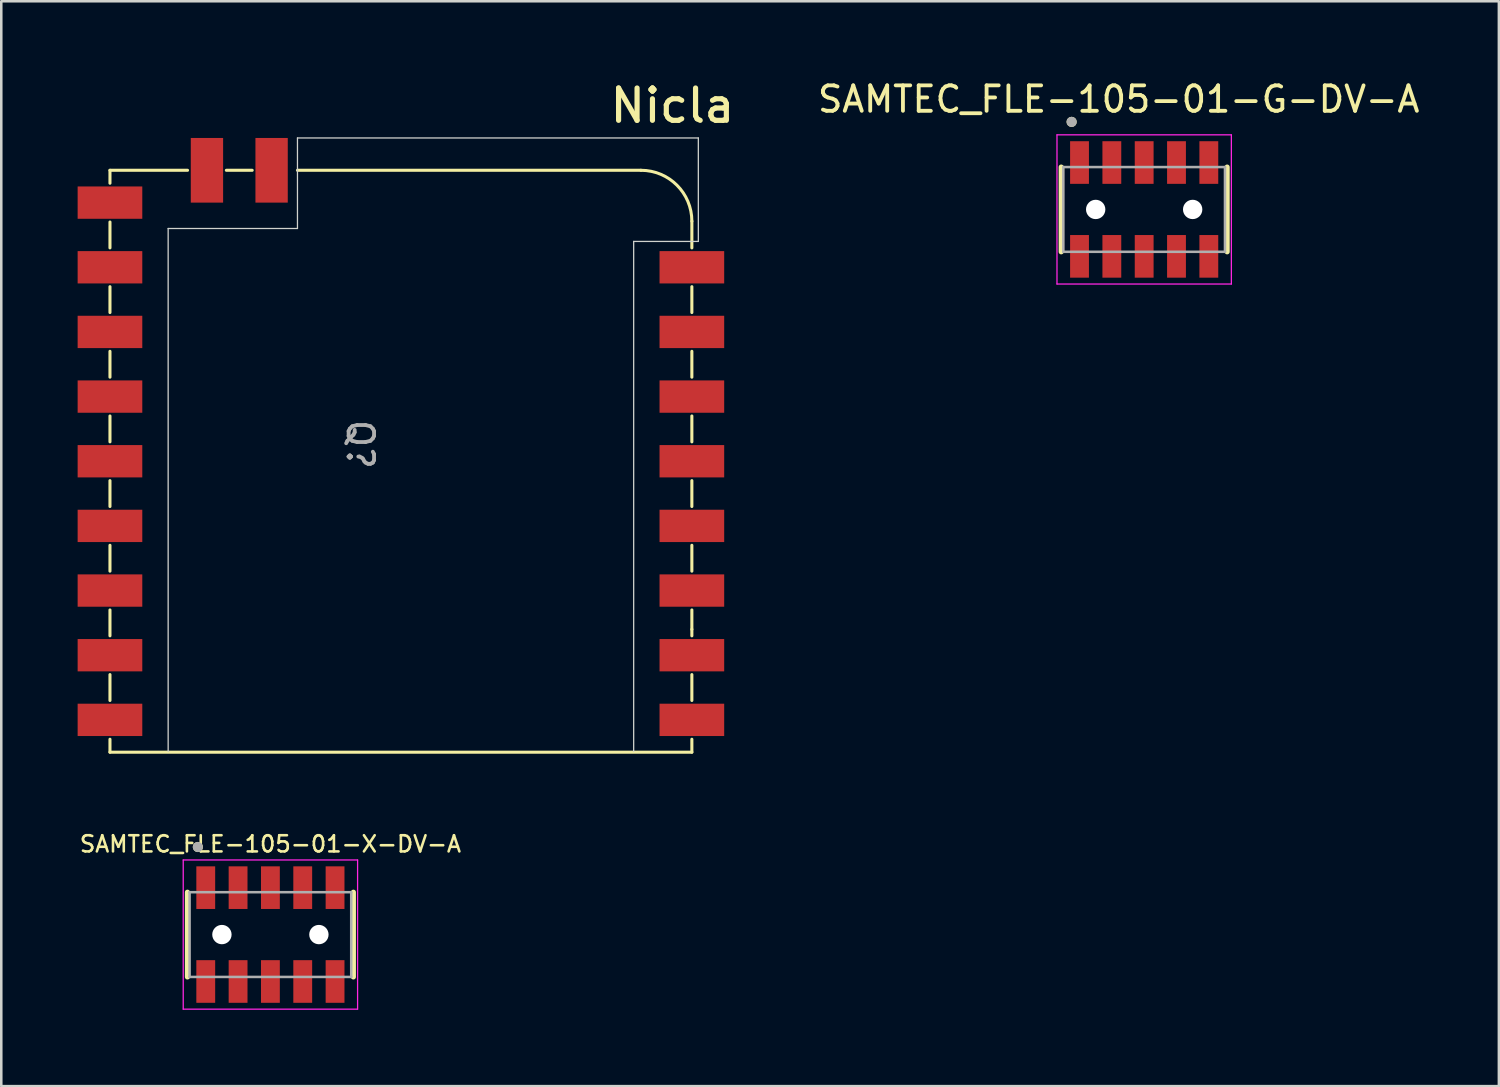
<source format=kicad_pcb>
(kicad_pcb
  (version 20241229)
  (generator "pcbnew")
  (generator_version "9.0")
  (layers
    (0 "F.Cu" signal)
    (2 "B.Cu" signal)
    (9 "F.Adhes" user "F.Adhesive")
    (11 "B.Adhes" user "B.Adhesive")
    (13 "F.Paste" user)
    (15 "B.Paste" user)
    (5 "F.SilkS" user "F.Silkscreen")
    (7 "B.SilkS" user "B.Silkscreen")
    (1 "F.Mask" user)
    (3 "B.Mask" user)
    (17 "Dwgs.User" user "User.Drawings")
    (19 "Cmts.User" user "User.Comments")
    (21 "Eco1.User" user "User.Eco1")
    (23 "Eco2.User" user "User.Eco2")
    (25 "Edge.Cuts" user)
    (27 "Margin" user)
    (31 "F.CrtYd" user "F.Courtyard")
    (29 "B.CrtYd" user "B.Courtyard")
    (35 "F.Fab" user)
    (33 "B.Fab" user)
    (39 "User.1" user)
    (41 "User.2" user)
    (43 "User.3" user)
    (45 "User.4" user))
  (footprint "Nicla"
    (layer "F.Cu")
    (at 12.7 15.07)
    (property "Reference" "Nicla" (at 10.668 -13.97 0) (unlocked yes) (layer "F.SilkS") (effects (font (size 1.27 1.27) (thickness 0.203))))
    (attr smd)
    (fp_line (start -11.43 -11.43) (end -11.43 -10.922) (stroke (width 0.12) (type solid)) (layer "F.SilkS"))
    (fp_line (start -11.43 -11.43) (end -8.382 -11.43) (stroke (width 0.12) (type solid)) (layer "F.SilkS"))
    (fp_line (start -11.43 -9.398) (end -11.43 -8.382) (stroke (width 0.12) (type solid)) (layer "F.SilkS"))
    (fp_line (start -11.43 -6.858) (end -11.43 -5.842) (stroke (width 0.12) (type solid)) (layer "F.SilkS"))
    (fp_line (start -11.43 -4.318) (end -11.43 -3.302) (stroke (width 0.12) (type solid)) (layer "F.SilkS"))
    (fp_line (start -11.43 -1.778) (end -11.43 -0.762) (stroke (width 0.12) (type solid)) (layer "F.SilkS"))
    (fp_line (start -11.43 0.762) (end -11.43 1.778) (stroke (width 0.12) (type solid)) (layer "F.SilkS"))
    (fp_line (start -11.43 3.302) (end -11.43 4.318) (stroke (width 0.12) (type solid)) (layer "F.SilkS"))
    (fp_line (start -11.43 5.842) (end -11.43 6.858) (stroke (width 0.12) (type solid)) (layer "F.SilkS"))
    (fp_line (start -11.43 8.382) (end -11.43 9.398) (stroke (width 0.12) (type solid)) (layer "F.SilkS"))
    (fp_line (start -11.43 11.43) (end -11.43 10.922) (stroke (width 0.12) (type solid)) (layer "F.SilkS"))
    (fp_line (start -6.858 -11.43) (end -5.842 -11.43) (stroke (width 0.12) (type solid)) (layer "F.SilkS"))
    (fp_line (start -4.064 -11.43) (end 9.43 -11.43) (stroke (width 0.12) (type solid)) (layer "F.SilkS"))
    (fp_line (start 11.43 -9.43) (end 11.43 -8.382) (stroke (width 0.12) (type solid)) (layer "F.SilkS"))
    (fp_line (start 11.43 -6.858) (end 11.43 -5.842) (stroke (width 0.12) (type solid)) (layer "F.SilkS"))
    (fp_line (start 11.43 -4.318) (end 11.43 -3.302) (stroke (width 0.12) (type solid)) (layer "F.SilkS"))
    (fp_line (start 11.43 -1.778) (end 11.43 -0.762) (stroke (width 0.12) (type solid)) (layer "F.SilkS"))
    (fp_line (start 11.43 0.762) (end 11.43 1.778) (stroke (width 0.12) (type solid)) (layer "F.SilkS"))
    (fp_line (start 11.43 3.302) (end 11.43 4.318) (stroke (width 0.12) (type solid)) (layer "F.SilkS"))
    (fp_line (start 11.43 5.842) (end 11.43 6.604) (stroke (width 0.12) (type solid)) (layer "F.SilkS"))
    (fp_line (start 11.43 6.604) (end 11.43 6.858) (stroke (width 0.12) (type solid)) (layer "F.SilkS"))
    (fp_line (start 11.43 8.382) (end 11.43 9.398) (stroke (width 0.12) (type solid)) (layer "F.SilkS"))
    (fp_line (start 11.43 11.43) (end -11.43 11.43) (stroke (width 0.12) (type solid)) (layer "F.SilkS"))
    (fp_line (start 11.43 11.43) (end 11.43 10.922) (stroke (width 0.12) (type solid)) (layer "F.SilkS"))
    (fp_arc (start 9.43 -11.43) (mid 10.844214 -10.844214) (end 11.43 -9.43) (stroke (width 0.12) (type solid)) (layer "F.SilkS"))
    (fp_line (start -9.144 -9.144) (end -4.064 -9.144) (stroke (width 0.05) (type solid)) (layer "Edge.Cuts"))
    (fp_line (start -9.144 11.4) (end -9.144 -9.144) (stroke (width 0.05) (type solid)) (layer "Edge.Cuts"))
    (fp_line (start -4.064 -12.7) (end 11.684 -12.7) (stroke (width 0.05) (type solid)) (layer "Edge.Cuts"))
    (fp_line (start -4.064 -9.144) (end -4.064 -12.7) (stroke (width 0.05) (type solid)) (layer "Edge.Cuts"))
    (fp_line (start 9.144 11.4) (end 9.144 -8.636) (stroke (width 0.05) (type solid)) (layer "Edge.Cuts"))
    (fp_line (start 11.684 -12.7) (end 11.684 -8.636) (stroke (width 0.05) (type solid)) (layer "Edge.Cuts"))
    (fp_line (start 11.684 -8.636) (end 9.144 -8.636) (stroke (width 0.05) (type solid)) (layer "Edge.Cuts"))
    (fp_text user "Q?" (at -1.6 -0.66 270) (unlocked yes) (layer "F.Fab") (effects (font (size 1 1) (thickness 0.15))))
    (pad "A1" smd rect (at 11.43 10.16) (size 2.54 1.27) (layers "F.Cu" "F.Mask" "F.Paste"))
    (pad "A2" smd rect (at 11.43 7.62) (size 2.54 1.27) (layers "F.Cu" "F.Mask" "F.Paste"))
    (pad "A3" smd rect (at 11.43 5.08) (size 2.54 1.27) (layers "F.Cu" "F.Mask" "F.Paste"))
    (pad "A4" smd rect (at 11.43 2.54) (size 2.54 1.27) (layers "F.Cu" "F.Mask" "F.Paste"))
    (pad "A5" smd rect (at 11.43 0) (size 2.54 1.27) (layers "F.Cu" "F.Mask" "F.Paste"))
    (pad "A6" smd rect (at 11.43 -2.54) (size 2.54 1.27) (layers "F.Cu" "F.Mask" "F.Paste"))
    (pad "A7" smd rect (at 11.43 -5.08) (size 2.54 1.27) (layers "F.Cu" "F.Mask" "F.Paste"))
    (pad "A8" smd rect (at 11.43 -7.62) (size 2.54 1.27) (layers "F.Cu" "F.Mask" "F.Paste"))
    (pad "B1" smd rect (at -11.43 10.16) (size 2.54 1.27) (layers "F.Cu" "F.Mask" "F.Paste"))
    (pad "B2" smd rect (at -11.43 7.62) (size 2.54 1.27) (layers "F.Cu" "F.Mask" "F.Paste"))
    (pad "B3" smd rect (at -11.43 5.08) (size 2.54 1.27) (layers "F.Cu" "F.Mask" "F.Paste"))
    (pad "B4" smd rect (at -11.43 2.54) (size 2.54 1.27) (layers "F.Cu" "F.Mask" "F.Paste"))
    (pad "B5" smd rect (at -11.43 0) (size 2.54 1.27) (layers "F.Cu" "F.Mask" "F.Paste"))
    (pad "B6" smd rect (at -11.43 -2.54) (size 2.54 1.27) (layers "F.Cu" "F.Mask" "F.Paste"))
    (pad "B7" smd rect (at -11.43 -5.08) (size 2.54 1.27) (layers "F.Cu" "F.Mask" "F.Paste"))
    (pad "B8" smd rect (at -11.43 -7.62) (size 2.54 1.27) (layers "F.Cu" "F.Mask" "F.Paste"))
    (pad "B9" smd rect (at -11.43 -10.16) (size 2.54 1.27) (layers "F.Cu" "F.Mask" "F.Paste"))
    (pad "C1" smd rect (at -7.62 -11.43 90) (size 2.54 1.27) (layers "F.Cu" "F.Mask" "F.Paste"))
    (pad "C2" smd rect (at -5.08 -11.43 90) (size 2.54 1.27) (layers "F.Cu" "F.Mask" "F.Paste")))
  (footprint "SAMTEC_FLE-105-01-G-DV-A"
    (layer "F.Cu")
    (at 41.899 5.178)
    (property "Reference" "SAMTEC_FLE-105-01-G-DV-A" (at -1 -4.33 0) (layer "F.SilkS") (effects (font (size 1 1) (thickness 0.15))))
    (attr through_hole)
    (fp_line (start -3.26 1.665) (end -3.26 -1.665) (stroke (width 0.2) (type solid)) (layer "F.SilkS"))
    (fp_line (start 3.26 1.665) (end 3.26 -1.665) (stroke (width 0.2) (type solid)) (layer "F.SilkS"))
    (fp_circle (center -2.85 -3.44) (end -2.75 -3.44) (stroke (width 0.2) (type solid)) (fill no) (layer "F.SilkS"))
    (fp_line (start -3.425 -2.93) (end 3.425 -2.93) (stroke (width 0.05) (type solid)) (layer "F.CrtYd"))
    (fp_line (start -3.425 2.93) (end -3.425 -2.93) (stroke (width 0.05) (type solid)) (layer "F.CrtYd"))
    (fp_line (start 3.425 -2.93) (end 3.425 2.93) (stroke (width 0.05) (type solid)) (layer "F.CrtYd"))
    (fp_line (start 3.425 2.93) (end -3.425 2.93) (stroke (width 0.05) (type solid)) (layer "F.CrtYd"))
    (fp_line (start -3.175 -1.665) (end 3.175 -1.665) (stroke (width 0.1) (type solid)) (layer "F.Fab"))
    (fp_line (start -3.175 1.665) (end -3.175 -1.665) (stroke (width 0.1) (type solid)) (layer "F.Fab"))
    (fp_line (start 3.175 -1.665) (end 3.175 1.665) (stroke (width 0.1) (type solid)) (layer "F.Fab"))
    (fp_line (start 3.175 1.665) (end -3.175 1.665) (stroke (width 0.1) (type solid)) (layer "F.Fab"))
    (fp_circle (center -2.85 -3.44) (end -2.75 -3.44) (stroke (width 0.2) (type solid)) (fill no) (layer "F.Fab"))
    (pad "" np_thru_hole circle (at -1.905 0) (size 0.76 0.76) (drill 0.76) (layers "*.Cu" "*.Mask"))
    (pad "" np_thru_hole circle (at 1.905 0) (size 0.76 0.76) (drill 0.76) (layers "*.Cu" "*.Mask"))
    (pad "1" smd rect (at -2.54 -1.843) (size 0.74 1.675) (layers "F.Cu" "F.Mask" "F.Paste"))
    (pad "2" smd rect (at -2.54 1.843) (size 0.74 1.675) (layers "F.Cu" "F.Mask" "F.Paste"))
    (pad "3" smd rect (at -1.27 -1.843) (size 0.74 1.675) (layers "F.Cu" "F.Mask" "F.Paste"))
    (pad "4" smd rect (at -1.27 1.843) (size 0.74 1.675) (layers "F.Cu" "F.Mask" "F.Paste"))
    (pad "5" smd rect (at 0 -1.843) (size 0.74 1.675) (layers "F.Cu" "F.Mask" "F.Paste"))
    (pad "6" smd rect (at 0 1.843) (size 0.74 1.675) (layers "F.Cu" "F.Mask" "F.Paste"))
    (pad "7" smd rect (at 1.27 -1.843) (size 0.74 1.675) (layers "F.Cu" "F.Mask" "F.Paste"))
    (pad "8" smd rect (at 1.27 1.843) (size 0.74 1.675) (layers "F.Cu" "F.Mask" "F.Paste"))
    (pad "9" smd rect (at 2.54 -1.843) (size 0.74 1.675) (layers "F.Cu" "F.Mask" "F.Paste"))
    (pad "10" smd rect (at 2.54 1.843) (size 0.74 1.675) (layers "F.Cu" "F.Mask" "F.Paste")))
  (footprint "SAMTEC_FLE-105-01-X-DV-A"
    (layer "F.Cu")
    (at 7.573 33.665)
    (property "Reference" "SAMTEC_FLE-105-01-X-DV-A" (at 0 -3.556 0) (layer "F.SilkS") (effects (font (size 0.635 0.635) (thickness 0.102))))
    (fp_line (start -3.26 1.665) (end -3.26 -1.665) (stroke (width 0.2) (type solid)) (layer "F.SilkS"))
    (fp_line (start 3.26 1.665) (end 3.26 -1.665) (stroke (width 0.2) (type solid)) (layer "F.SilkS"))
    (fp_circle (center -2.85 -3.44) (end -2.75 -3.44) (stroke (width 0.2) (type solid)) (fill no) (layer "F.SilkS"))
    (fp_line (start -3.425 -2.93) (end 3.425 -2.93) (stroke (width 0.05) (type solid)) (layer "F.CrtYd"))
    (fp_line (start -3.425 2.93) (end -3.425 -2.93) (stroke (width 0.05) (type solid)) (layer "F.CrtYd"))
    (fp_line (start 3.425 -2.93) (end 3.425 2.93) (stroke (width 0.05) (type solid)) (layer "F.CrtYd"))
    (fp_line (start 3.425 2.93) (end -3.425 2.93) (stroke (width 0.05) (type solid)) (layer "F.CrtYd"))
    (fp_line (start -3.175 -1.665) (end 3.175 -1.665) (stroke (width 0.1) (type solid)) (layer "F.Fab"))
    (fp_line (start -3.175 1.665) (end -3.175 -1.665) (stroke (width 0.1) (type solid)) (layer "F.Fab"))
    (fp_line (start 3.175 -1.665) (end 3.175 1.665) (stroke (width 0.1) (type solid)) (layer "F.Fab"))
    (fp_line (start 3.175 1.665) (end -3.175 1.665) (stroke (width 0.1) (type solid)) (layer "F.Fab"))
    (fp_circle (center -2.85 -3.44) (end -2.75 -3.44) (stroke (width 0.2) (type solid)) (fill no) (layer "F.Fab"))
    (pad "" np_thru_hole circle (at -1.905 0) (size 0.76 0.76) (drill 0.76) (layers "*.Cu" "*.Mask"))
    (pad "" np_thru_hole circle (at 1.905 0) (size 0.76 0.76) (drill 0.76) (layers "*.Cu" "*.Mask"))
    (pad "1" smd rect (at -2.54 -1.843) (size 0.74 1.675) (layers "F.Cu" "F.Mask" "F.Paste"))
    (pad "2" smd rect (at -2.54 1.843) (size 0.74 1.675) (layers "F.Cu" "F.Mask" "F.Paste"))
    (pad "3" smd rect (at -1.27 -1.843) (size 0.74 1.675) (layers "F.Cu" "F.Mask" "F.Paste"))
    (pad "4" smd rect (at -1.27 1.843) (size 0.74 1.675) (layers "F.Cu" "F.Mask" "F.Paste"))
    (pad "5" smd rect (at 0 -1.843) (size 0.74 1.675) (layers "F.Cu" "F.Mask" "F.Paste"))
    (pad "6" smd rect (at 0 1.843) (size 0.74 1.675) (layers "F.Cu" "F.Mask" "F.Paste"))
    (pad "7" smd rect (at 1.27 -1.843) (size 0.74 1.675) (layers "F.Cu" "F.Mask" "F.Paste"))
    (pad "8" smd rect (at 1.27 1.843) (size 0.74 1.675) (layers "F.Cu" "F.Mask" "F.Paste"))
    (pad "9" smd rect (at 2.54 -1.843) (size 0.74 1.675) (layers "F.Cu" "F.Mask" "F.Paste"))
    (pad "10" smd rect (at 2.54 1.843) (size 0.74 1.675) (layers "F.Cu" "F.Mask" "F.Paste")))
  (gr_rect
    (start -3 -3)
    (end 55.834 39.62)
    (stroke (width 0.1) (type default))
    (fill no)
    (layer "Edge.Cuts")))
</source>
